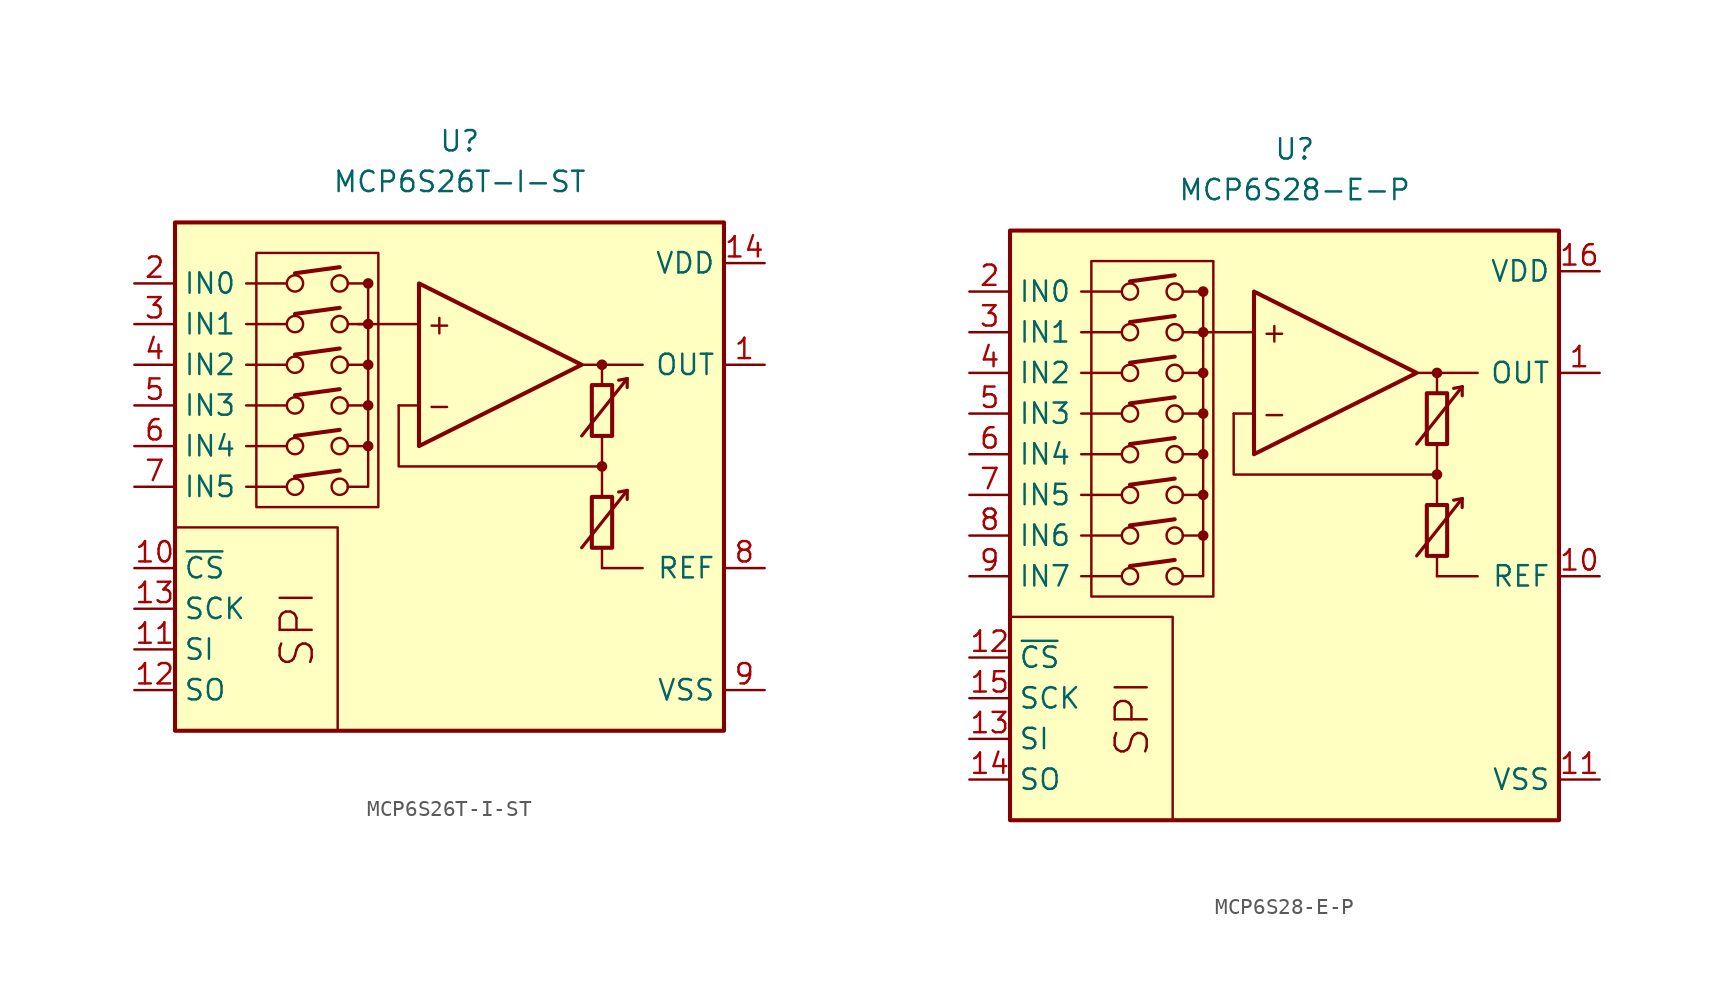
<source format=kicad_sym>
(kicad_symbol_lib
  (version 20211014)
  (generator kicad_symbol_editor)
  (symbol "MCP6S26T-I-ST"
    (property "Reference" "U"
      (at 0 19.05 0)
      (effects (font (size 1.27 1.27))))
    (property "Value" "MCP6S26T-I-ST"
      (at 0 16.51 0)
      (effects (font (size 1.27 1.27))))
    (symbol "MCP6S26T-I-ST_0_0"
      (rectangle (start -17.78 13.97) (end 16.51 -17.78) (stroke (width 0.254) (type default) (color 0 0 0 0)) (fill (type background)))
      (rectangle (start -12.7 12.065) (end -5.08 -3.81) (stroke (width 0.152) (type default) (color 0 0 0 0)) (fill (type none)))
      (circle (center -10.287 -2.54) (radius 0.508) (stroke (width 0) (type default) (color 0 0 0 0)) (fill (type none)))
      (circle (center -10.287 0) (radius 0.508) (stroke (width 0) (type default) (color 0 0 0 0)) (fill (type none)))
      (circle (center -10.287 2.54) (radius 0.508) (stroke (width 0) (type default) (color 0 0 0 0)) (fill (type none)))
      (circle (center -10.287 5.08) (radius 0.508) (stroke (width 0) (type default) (color 0 0 0 0)) (fill (type none)))
      (circle (center -10.287 7.62) (radius 0.508) (stroke (width 0) (type default) (color 0 0 0 0)) (fill (type none)))
      (circle (center -10.287 10.16) (radius 0.508) (stroke (width 0) (type default) (color 0 0 0 0)) (fill (type none)))
      (circle (center -7.493 -2.54) (radius 0.508) (stroke (width 0) (type default) (color 0 0 0 0)) (fill (type none)))
      (circle (center -7.493 0) (radius 0.508) (stroke (width 0) (type default) (color 0 0 0 0)) (fill (type none)))
      (circle (center -7.493 2.54) (radius 0.508) (stroke (width 0) (type default) (color 0 0 0 0)) (fill (type none)))
      (circle (center -7.493 5.08) (radius 0.508) (stroke (width 0) (type default) (color 0 0 0 0)) (fill (type none)))
      (circle (center -7.493 7.62) (radius 0.508) (stroke (width 0) (type default) (color 0 0 0 0)) (fill (type none)))
      (circle (center -7.493 10.16) (radius 0.508) (stroke (width 0) (type default) (color 0 0 0 0)) (fill (type none)))
      (circle (center -5.715 0) (radius 0.254) (stroke (width 0.152) (type default) (color 0 0 0 0)) (fill (type outline)))
      (circle (center -5.715 2.54) (radius 0.254) (stroke (width 0.152) (type default) (color 0 0 0 0)) (fill (type outline)))
      (circle (center -5.715 5.08) (radius 0.254) (stroke (width 0.152) (type default) (color 0 0 0 0)) (fill (type outline)))
      (circle (center -5.715 7.62) (radius 0.254) (stroke (width 0.152) (type default) (color 0 0 0 0)) (fill (type outline)))
      (circle (center -5.715 10.16) (radius 0.254) (stroke (width 0.152) (type default) (color 0 0 0 0)) (fill (type outline)))
      (polyline (pts (xy 8.89 -3.81)) (stroke (width 0.152) (type default) (color 0 0 0 0)) (fill (type none)))
      (polyline (pts (xy 8.89 3.81)) (stroke (width 0.152) (type default) (color 0 0 0 0)) (fill (type none)))
      (polyline (pts (xy -10.795 -2.54) (xy -13.335 -2.54)) (stroke (width 0.152) (type default) (color 0 0 0 0)) (fill (type none)))
      (polyline (pts (xy -10.795 0) (xy -13.335 0)) (stroke (width 0.152) (type default) (color 0 0 0 0)) (fill (type none)))
      (polyline (pts (xy -10.795 2.54) (xy -13.335 2.54)) (stroke (width 0.152) (type default) (color 0 0 0 0)) (fill (type none)))
      (polyline (pts (xy -10.795 5.08) (xy -13.335 5.08)) (stroke (width 0.152) (type default) (color 0 0 0 0)) (fill (type none)))
      (polyline (pts (xy -10.795 7.62) (xy -13.335 7.62)) (stroke (width 0.152) (type default) (color 0 0 0 0)) (fill (type none)))
      (polyline (pts (xy -10.795 10.16) (xy -13.335 10.16)) (stroke (width 0.152) (type default) (color 0 0 0 0)) (fill (type none)))
      (polyline (pts (xy -10.287 -1.905) (xy -7.493 -1.524)) (stroke (width 0.254) (type default) (color 0 0 0 0)) (fill (type none)))
      (polyline (pts (xy -10.287 0.635) (xy -7.493 1.016)) (stroke (width 0.254) (type default) (color 0 0 0 0)) (fill (type none)))
      (polyline (pts (xy -10.287 3.175) (xy -7.493 3.556)) (stroke (width 0.254) (type default) (color 0 0 0 0)) (fill (type none)))
      (polyline (pts (xy -10.287 5.715) (xy -7.493 6.096)) (stroke (width 0.254) (type default) (color 0 0 0 0)) (fill (type none)))
      (polyline (pts (xy -10.287 8.255) (xy -7.493 8.636)) (stroke (width 0.254) (type default) (color 0 0 0 0)) (fill (type none)))
      (polyline (pts (xy -10.287 10.795) (xy -7.493 11.176)) (stroke (width 0.254) (type default) (color 0 0 0 0)) (fill (type none)))
      (polyline (pts (xy -5.715 10.16) (xy -6.985 10.16)) (stroke (width 0.152) (type default) (color 0 0 0 0)) (fill (type none)))
      (polyline (pts (xy -2.54 2.54) (xy -3.81 2.54)) (stroke (width 0.152) (type default) (color 0 0 0 0)) (fill (type none)))
      (polyline (pts (xy -2.54 7.62) (xy -6.35 7.62)) (stroke (width 0.152) (type default) (color 0 0 0 0)) (fill (type none)))
      (polyline (pts (xy 7.62 5.08) (xy 11.43 5.08)) (stroke (width 0.152) (type default) (color 0 0 0 0)) (fill (type none)))
      (polyline (pts (xy 8.89 -6.35) (xy 8.89 -7.62)) (stroke (width 0.152) (type default) (color 0 0 0 0)) (fill (type none)))
      (polyline (pts (xy 8.89 -1.27) (xy 8.89 -3.175)) (stroke (width 0.152) (type default) (color 0 0 0 0)) (fill (type none)))
      (polyline (pts (xy 8.89 0.635) (xy 8.89 -1.27)) (stroke (width 0.152) (type default) (color 0 0 0 0)) (fill (type none)))
      (polyline (pts (xy 8.89 5.08) (xy 8.89 3.81)) (stroke (width 0.152) (type default) (color 0 0 0 0)) (fill (type none)))
      (polyline (pts (xy -7.62 -17.78) (xy -7.62 -5.08) (xy -17.78 -5.08)) (stroke (width 0.152) (type default) (color 0 0 0 0)) (fill (type none)))
      (polyline (pts (xy -6.985 -2.54) (xy -5.715 -2.54) (xy -5.715 0)) (stroke (width 0.152) (type default) (color 0 0 0 0)) (fill (type none)))
      (polyline (pts (xy -6.985 0) (xy -5.715 0) (xy -5.715 2.54)) (stroke (width 0.152) (type default) (color 0 0 0 0)) (fill (type none)))
      (polyline (pts (xy -6.985 2.54) (xy -5.715 2.54) (xy -5.715 5.08)) (stroke (width 0.152) (type default) (color 0 0 0 0)) (fill (type none)))
      (polyline (pts (xy -6.985 5.08) (xy -5.715 5.08) (xy -5.715 7.62)) (stroke (width 0.152) (type default) (color 0 0 0 0)) (fill (type none)))
      (polyline (pts (xy -6.985 7.62) (xy -5.715 7.62) (xy -5.715 10.16)) (stroke (width 0.152) (type default) (color 0 0 0 0)) (fill (type none)))
      (polyline (pts (xy 8.89 -1.27) (xy -3.81 -1.27) (xy -3.81 2.54)) (stroke (width 0.152) (type default) (color 0 0 0 0)) (fill (type none)))
      (circle (center 8.89 -1.27) (radius 0.254) (stroke (width 0.152) (type default) (color 0 0 0 0)) (fill (type outline)))
      (circle (center 8.89 5.08) (radius 0.254) (stroke (width 0.152) (type default) (color 0 0 0 0)) (fill (type outline)))
      (text "+" (at -1.27 7.62 0) (effects (font (size 1.27 1.27))))
      (text "-" (at -1.27 2.54 0) (effects (font (size 1.27 1.27))))
      (text "SPI" (at -10.16 -11.43 900) (effects (font (size 2 2)))))
    (symbol "MCP6S26T-I-ST_0_1"
      (polyline (pts (xy 8.89 -7.62) (xy 11.43 -7.62)) (stroke (width 0) (type default) (color 0 0 0 0)) (fill (type none)))
      (polyline (pts (xy 10.465 -2.769) (xy 9.931 -2.87)) (stroke (width 0.2) (type default) (color 0 0 0 0)) (fill (type none)))
      (polyline (pts (xy 10.465 -2.769) (xy 10.465 -3.327)) (stroke (width 0.2) (type default) (color 0 0 0 0)) (fill (type none)))
      (polyline (pts (xy 10.465 4.216) (xy 9.931 4.115)) (stroke (width 0.2) (type default) (color 0 0 0 0)) (fill (type none)))
      (polyline (pts (xy 10.465 4.216) (xy 10.465 3.658)) (stroke (width 0.2) (type default) (color 0 0 0 0)) (fill (type none)))
      (polyline (pts (xy -2.54 10.16) (xy -2.54 0) (xy 7.62 5.08) (xy -2.54 10.16)) (stroke (width 0.254) (type default) (color 0 0 0 0)) (fill (type background)))
      (polyline (pts (xy 7.62 -6.35) (xy 10.465 -2.769) (xy 10.465 -2.769) (xy 10.465 -2.769)) (stroke (width 0.2) (type default) (color 0 0 0 0)) (fill (type none)))
      (polyline (pts (xy 7.62 0.635) (xy 10.465 4.216) (xy 10.465 4.216) (xy 10.465 4.216)) (stroke (width 0.2) (type default) (color 0 0 0 0)) (fill (type none)))
      (rectangle (start 8.255 -3.175) (end 9.525 -6.35) (stroke (width 0.254) (type default) (color 0 0 0 0)) (fill (type none)))
      (rectangle (start 8.255 3.81) (end 9.525 0.635) (stroke (width 0.254) (type default) (color 0 0 0 0)) (fill (type none))))
    (symbol "MCP6S26T-I-ST_1_1"
      (pin output line (at 19.05 5.08 180) (length 2.54) (name "OUT" (effects (font (size 1.27 1.27)))) (number "1" (effects (font (size 1.27 1.27)))))
      (pin input line (at -20.32 -7.62 0) (length 2.54) (name "~{CS}" (effects (font (size 1.27 1.27)))) (number "10" (effects (font (size 1.27 1.27)))))
      (pin input line (at -20.32 -12.7 0) (length 2.54) (name "SI" (effects (font (size 1.27 1.27)))) (number "11" (effects (font (size 1.27 1.27)))))
      (pin output line (at -20.32 -15.24 0) (length 2.54) (name "SO" (effects (font (size 1.27 1.27)))) (number "12" (effects (font (size 1.27 1.27)))))
      (pin input line (at -20.32 -10.16 0) (length 2.54) (name "SCK" (effects (font (size 1.27 1.27)))) (number "13" (effects (font (size 1.27 1.27)))))
      (pin power_in line (at 19.05 11.43 180) (length 2.54) (name "VDD" (effects (font (size 1.27 1.27)))) (number "14" (effects (font (size 1.27 1.27)))))
      (pin input line (at -20.32 10.16 0) (length 2.54) (name "IN0" (effects (font (size 1.27 1.27)))) (number "2" (effects (font (size 1.27 1.27)))))
      (pin input line (at -20.32 7.62 0) (length 2.54) (name "IN1" (effects (font (size 1.27 1.27)))) (number "3" (effects (font (size 1.27 1.27)))))
      (pin input line (at -20.32 5.08 0) (length 2.54) (name "IN2" (effects (font (size 1.27 1.27)))) (number "4" (effects (font (size 1.27 1.27)))))
      (pin input line (at -20.32 2.54 0) (length 2.54) (name "IN3" (effects (font (size 1.27 1.27)))) (number "5" (effects (font (size 1.27 1.27)))))
      (pin input line (at -20.32 0 0) (length 2.54) (name "IN4" (effects (font (size 1.27 1.27)))) (number "6" (effects (font (size 1.27 1.27)))))
      (pin input line (at -20.32 -2.54 0) (length 2.54) (name "IN5" (effects (font (size 1.27 1.27)))) (number "7" (effects (font (size 1.27 1.27)))))
      (pin passive line (at 19.05 -7.62 180) (length 2.54) (name "REF" (effects (font (size 1.27 1.27)))) (number "8" (effects (font (size 1.27 1.27)))))
      (pin power_in line (at 19.05 -15.24 180) (length 2.54) (name "VSS" (effects (font (size 1.27 1.27)))) (number "9" (effects (font (size 1.27 1.27)))))))
  (symbol "MCP6S28-E-P"
    (property "Reference" "U"
      (at 0 19.05 0)
      (effects (font (size 1.27 1.27))))
    (property "Value" "MCP6S28-E-P"
      (at 0 16.51 0)
      (effects (font (size 1.27 1.27))))
    (symbol "MCP6S28-E-P_0_0"
      (rectangle (start -17.78 13.97) (end 16.51 -22.86) (stroke (width 0.254) (type default) (color 0 0 0 0)) (fill (type background)))
      (rectangle (start -12.7 12.065) (end -5.08 -8.89) (stroke (width 0.152) (type default) (color 0 0 0 0)) (fill (type none)))
      (circle (center -10.287 -7.62) (radius 0.508) (stroke (width 0) (type default) (color 0 0 0 0)) (fill (type none)))
      (circle (center -10.287 -5.08) (radius 0.508) (stroke (width 0) (type default) (color 0 0 0 0)) (fill (type none)))
      (circle (center -10.287 -2.54) (radius 0.508) (stroke (width 0) (type default) (color 0 0 0 0)) (fill (type none)))
      (circle (center -10.287 0) (radius 0.508) (stroke (width 0) (type default) (color 0 0 0 0)) (fill (type none)))
      (circle (center -10.287 2.54) (radius 0.508) (stroke (width 0) (type default) (color 0 0 0 0)) (fill (type none)))
      (circle (center -10.287 5.08) (radius 0.508) (stroke (width 0) (type default) (color 0 0 0 0)) (fill (type none)))
      (circle (center -10.287 7.62) (radius 0.508) (stroke (width 0) (type default) (color 0 0 0 0)) (fill (type none)))
      (circle (center -10.287 10.16) (radius 0.508) (stroke (width 0) (type default) (color 0 0 0 0)) (fill (type none)))
      (circle (center -7.493 -7.62) (radius 0.508) (stroke (width 0) (type default) (color 0 0 0 0)) (fill (type none)))
      (circle (center -7.493 -5.08) (radius 0.508) (stroke (width 0) (type default) (color 0 0 0 0)) (fill (type none)))
      (circle (center -7.493 -2.54) (radius 0.508) (stroke (width 0) (type default) (color 0 0 0 0)) (fill (type none)))
      (circle (center -7.493 0) (radius 0.508) (stroke (width 0) (type default) (color 0 0 0 0)) (fill (type none)))
      (circle (center -7.493 2.54) (radius 0.508) (stroke (width 0) (type default) (color 0 0 0 0)) (fill (type none)))
      (circle (center -7.493 5.08) (radius 0.508) (stroke (width 0) (type default) (color 0 0 0 0)) (fill (type none)))
      (circle (center -7.493 7.62) (radius 0.508) (stroke (width 0) (type default) (color 0 0 0 0)) (fill (type none)))
      (circle (center -7.493 10.16) (radius 0.508) (stroke (width 0) (type default) (color 0 0 0 0)) (fill (type none)))
      (circle (center -5.715 -5.08) (radius 0.254) (stroke (width 0.152) (type default) (color 0 0 0 0)) (fill (type outline)))
      (circle (center -5.715 -2.54) (radius 0.254) (stroke (width 0.152) (type default) (color 0 0 0 0)) (fill (type outline)))
      (circle (center -5.715 0) (radius 0.254) (stroke (width 0.152) (type default) (color 0 0 0 0)) (fill (type outline)))
      (circle (center -5.715 2.54) (radius 0.254) (stroke (width 0.152) (type default) (color 0 0 0 0)) (fill (type outline)))
      (circle (center -5.715 5.08) (radius 0.254) (stroke (width 0.152) (type default) (color 0 0 0 0)) (fill (type outline)))
      (circle (center -5.715 7.62) (radius 0.254) (stroke (width 0.152) (type default) (color 0 0 0 0)) (fill (type outline)))
      (circle (center -5.715 10.16) (radius 0.254) (stroke (width 0.152) (type default) (color 0 0 0 0)) (fill (type outline)))
      (polyline (pts (xy 8.89 -3.81)) (stroke (width 0.152) (type default) (color 0 0 0 0)) (fill (type none)))
      (polyline (pts (xy 8.89 3.81)) (stroke (width 0.152) (type default) (color 0 0 0 0)) (fill (type none)))
      (polyline (pts (xy -10.795 -7.62) (xy -13.335 -7.62)) (stroke (width 0.152) (type default) (color 0 0 0 0)) (fill (type none)))
      (polyline (pts (xy -10.795 -5.08) (xy -13.335 -5.08)) (stroke (width 0.152) (type default) (color 0 0 0 0)) (fill (type none)))
      (polyline (pts (xy -10.795 -2.54) (xy -13.335 -2.54)) (stroke (width 0.152) (type default) (color 0 0 0 0)) (fill (type none)))
      (polyline (pts (xy -10.795 0) (xy -13.335 0)) (stroke (width 0.152) (type default) (color 0 0 0 0)) (fill (type none)))
      (polyline (pts (xy -10.795 2.54) (xy -13.335 2.54)) (stroke (width 0.152) (type default) (color 0 0 0 0)) (fill (type none)))
      (polyline (pts (xy -10.795 5.08) (xy -13.335 5.08)) (stroke (width 0.152) (type default) (color 0 0 0 0)) (fill (type none)))
      (polyline (pts (xy -10.795 7.62) (xy -13.335 7.62)) (stroke (width 0.152) (type default) (color 0 0 0 0)) (fill (type none)))
      (polyline (pts (xy -10.795 10.16) (xy -13.335 10.16)) (stroke (width 0.152) (type default) (color 0 0 0 0)) (fill (type none)))
      (polyline (pts (xy -10.287 -6.985) (xy -7.493 -6.604)) (stroke (width 0.254) (type default) (color 0 0 0 0)) (fill (type none)))
      (polyline (pts (xy -10.287 -4.445) (xy -7.493 -4.064)) (stroke (width 0.254) (type default) (color 0 0 0 0)) (fill (type none)))
      (polyline (pts (xy -10.287 -1.905) (xy -7.493 -1.524)) (stroke (width 0.254) (type default) (color 0 0 0 0)) (fill (type none)))
      (polyline (pts (xy -10.287 0.635) (xy -7.493 1.016)) (stroke (width 0.254) (type default) (color 0 0 0 0)) (fill (type none)))
      (polyline (pts (xy -10.287 3.175) (xy -7.493 3.556)) (stroke (width 0.254) (type default) (color 0 0 0 0)) (fill (type none)))
      (polyline (pts (xy -10.287 5.715) (xy -7.493 6.096)) (stroke (width 0.254) (type default) (color 0 0 0 0)) (fill (type none)))
      (polyline (pts (xy -10.287 8.255) (xy -7.493 8.636)) (stroke (width 0.254) (type default) (color 0 0 0 0)) (fill (type none)))
      (polyline (pts (xy -10.287 10.795) (xy -7.493 11.176)) (stroke (width 0.254) (type default) (color 0 0 0 0)) (fill (type none)))
      (polyline (pts (xy -5.715 10.16) (xy -6.985 10.16)) (stroke (width 0.152) (type default) (color 0 0 0 0)) (fill (type none)))
      (polyline (pts (xy -2.54 2.54) (xy -3.81 2.54)) (stroke (width 0.152) (type default) (color 0 0 0 0)) (fill (type none)))
      (polyline (pts (xy -2.54 7.62) (xy -6.35 7.62)) (stroke (width 0.152) (type default) (color 0 0 0 0)) (fill (type none)))
      (polyline (pts (xy 7.62 5.08) (xy 11.43 5.08)) (stroke (width 0.152) (type default) (color 0 0 0 0)) (fill (type none)))
      (polyline (pts (xy 8.89 -6.35) (xy 8.89 -7.62)) (stroke (width 0.152) (type default) (color 0 0 0 0)) (fill (type none)))
      (polyline (pts (xy 8.89 -1.27) (xy 8.89 -3.175)) (stroke (width 0.152) (type default) (color 0 0 0 0)) (fill (type none)))
      (polyline (pts (xy 8.89 0.635) (xy 8.89 -1.27)) (stroke (width 0.152) (type default) (color 0 0 0 0)) (fill (type none)))
      (polyline (pts (xy 8.89 5.08) (xy 8.89 3.81)) (stroke (width 0.152) (type default) (color 0 0 0 0)) (fill (type none)))
      (polyline (pts (xy -7.62 -22.86) (xy -7.62 -10.16) (xy -17.78 -10.16)) (stroke (width 0.152) (type default) (color 0 0 0 0)) (fill (type none)))
      (polyline (pts (xy -6.985 -7.62) (xy -5.715 -7.62) (xy -5.715 -5.08)) (stroke (width 0.152) (type default) (color 0 0 0 0)) (fill (type none)))
      (polyline (pts (xy -6.985 -5.08) (xy -5.715 -5.08) (xy -5.715 -2.54)) (stroke (width 0.152) (type default) (color 0 0 0 0)) (fill (type none)))
      (polyline (pts (xy -6.985 -2.54) (xy -5.715 -2.54) (xy -5.715 0)) (stroke (width 0.152) (type default) (color 0 0 0 0)) (fill (type none)))
      (polyline (pts (xy -6.985 0) (xy -5.715 0) (xy -5.715 2.54)) (stroke (width 0.152) (type default) (color 0 0 0 0)) (fill (type none)))
      (polyline (pts (xy -6.985 2.54) (xy -5.715 2.54) (xy -5.715 5.08)) (stroke (width 0.152) (type default) (color 0 0 0 0)) (fill (type none)))
      (polyline (pts (xy -6.985 5.08) (xy -5.715 5.08) (xy -5.715 7.62)) (stroke (width 0.152) (type default) (color 0 0 0 0)) (fill (type none)))
      (polyline (pts (xy -6.985 7.62) (xy -5.715 7.62) (xy -5.715 10.16)) (stroke (width 0.152) (type default) (color 0 0 0 0)) (fill (type none)))
      (polyline (pts (xy 8.89 -1.27) (xy -3.81 -1.27) (xy -3.81 2.54)) (stroke (width 0.152) (type default) (color 0 0 0 0)) (fill (type none)))
      (circle (center 8.89 -1.27) (radius 0.254) (stroke (width 0.152) (type default) (color 0 0 0 0)) (fill (type outline)))
      (circle (center 8.89 5.08) (radius 0.254) (stroke (width 0.152) (type default) (color 0 0 0 0)) (fill (type outline)))
      (text "+" (at -1.27 7.62 0) (effects (font (size 1.27 1.27))))
      (text "-" (at -1.27 2.54 0) (effects (font (size 1.27 1.27))))
      (text "SPI" (at -10.16 -16.51 900) (effects (font (size 2 2)))))
    (symbol "MCP6S28-E-P_0_1"
      (polyline (pts (xy 8.89 -7.62) (xy 11.43 -7.62)) (stroke (width 0) (type default) (color 0 0 0 0)) (fill (type none)))
      (polyline (pts (xy 10.465 -2.769) (xy 9.931 -2.87)) (stroke (width 0.2) (type default) (color 0 0 0 0)) (fill (type none)))
      (polyline (pts (xy 10.465 -2.769) (xy 10.465 -3.327)) (stroke (width 0.2) (type default) (color 0 0 0 0)) (fill (type none)))
      (polyline (pts (xy 10.465 4.216) (xy 9.931 4.115)) (stroke (width 0.2) (type default) (color 0 0 0 0)) (fill (type none)))
      (polyline (pts (xy 10.465 4.216) (xy 10.465 3.658)) (stroke (width 0.2) (type default) (color 0 0 0 0)) (fill (type none)))
      (polyline (pts (xy -2.54 10.16) (xy -2.54 0) (xy 7.62 5.08) (xy -2.54 10.16)) (stroke (width 0.254) (type default) (color 0 0 0 0)) (fill (type background)))
      (polyline (pts (xy 7.62 -6.35) (xy 10.465 -2.769) (xy 10.465 -2.769) (xy 10.465 -2.769)) (stroke (width 0.2) (type default) (color 0 0 0 0)) (fill (type none)))
      (polyline (pts (xy 7.62 0.635) (xy 10.465 4.216) (xy 10.465 4.216) (xy 10.465 4.216)) (stroke (width 0.2) (type default) (color 0 0 0 0)) (fill (type none)))
      (rectangle (start 8.255 -3.175) (end 9.525 -6.35) (stroke (width 0.254) (type default) (color 0 0 0 0)) (fill (type none)))
      (rectangle (start 8.255 3.81) (end 9.525 0.635) (stroke (width 0.254) (type default) (color 0 0 0 0)) (fill (type none))))
    (symbol "MCP6S28-E-P_1_1"
      (pin output line (at 19.05 5.08 180) (length 2.54) (name "OUT" (effects (font (size 1.27 1.27)))) (number "1" (effects (font (size 1.27 1.27)))))
      (pin passive line (at 19.05 -7.62 180) (length 2.54) (name "REF" (effects (font (size 1.27 1.27)))) (number "10" (effects (font (size 1.27 1.27)))))
      (pin power_in line (at 19.05 -20.32 180) (length 2.54) (name "VSS" (effects (font (size 1.27 1.27)))) (number "11" (effects (font (size 1.27 1.27)))))
      (pin input line (at -20.32 -12.7 0) (length 2.54) (name "~{CS}" (effects (font (size 1.27 1.27)))) (number "12" (effects (font (size 1.27 1.27)))))
      (pin input line (at -20.32 -17.78 0) (length 2.54) (name "SI" (effects (font (size 1.27 1.27)))) (number "13" (effects (font (size 1.27 1.27)))))
      (pin output line (at -20.32 -20.32 0) (length 2.54) (name "SO" (effects (font (size 1.27 1.27)))) (number "14" (effects (font (size 1.27 1.27)))))
      (pin input line (at -20.32 -15.24 0) (length 2.54) (name "SCK" (effects (font (size 1.27 1.27)))) (number "15" (effects (font (size 1.27 1.27)))))
      (pin power_in line (at 19.05 11.43 180) (length 2.54) (name "VDD" (effects (font (size 1.27 1.27)))) (number "16" (effects (font (size 1.27 1.27)))))
      (pin input line (at -20.32 10.16 0) (length 2.54) (name "IN0" (effects (font (size 1.27 1.27)))) (number "2" (effects (font (size 1.27 1.27)))))
      (pin input line (at -20.32 7.62 0) (length 2.54) (name "IN1" (effects (font (size 1.27 1.27)))) (number "3" (effects (font (size 1.27 1.27)))))
      (pin input line (at -20.32 5.08 0) (length 2.54) (name "IN2" (effects (font (size 1.27 1.27)))) (number "4" (effects (font (size 1.27 1.27)))))
      (pin input line (at -20.32 2.54 0) (length 2.54) (name "IN3" (effects (font (size 1.27 1.27)))) (number "5" (effects (font (size 1.27 1.27)))))
      (pin input line (at -20.32 0 0) (length 2.54) (name "IN4" (effects (font (size 1.27 1.27)))) (number "6" (effects (font (size 1.27 1.27)))))
      (pin input line (at -20.32 -2.54 0) (length 2.54) (name "IN5" (effects (font (size 1.27 1.27)))) (number "7" (effects (font (size 1.27 1.27)))))
      (pin input line (at -20.32 -5.08 0) (length 2.54) (name "IN6" (effects (font (size 1.27 1.27)))) (number "8" (effects (font (size 1.27 1.27)))))
      (pin input line (at -20.32 -7.62 0) (length 2.54) (name "IN7" (effects (font (size 1.27 1.27)))) (number "9" (effects (font (size 1.27 1.27))))))))
</source>
